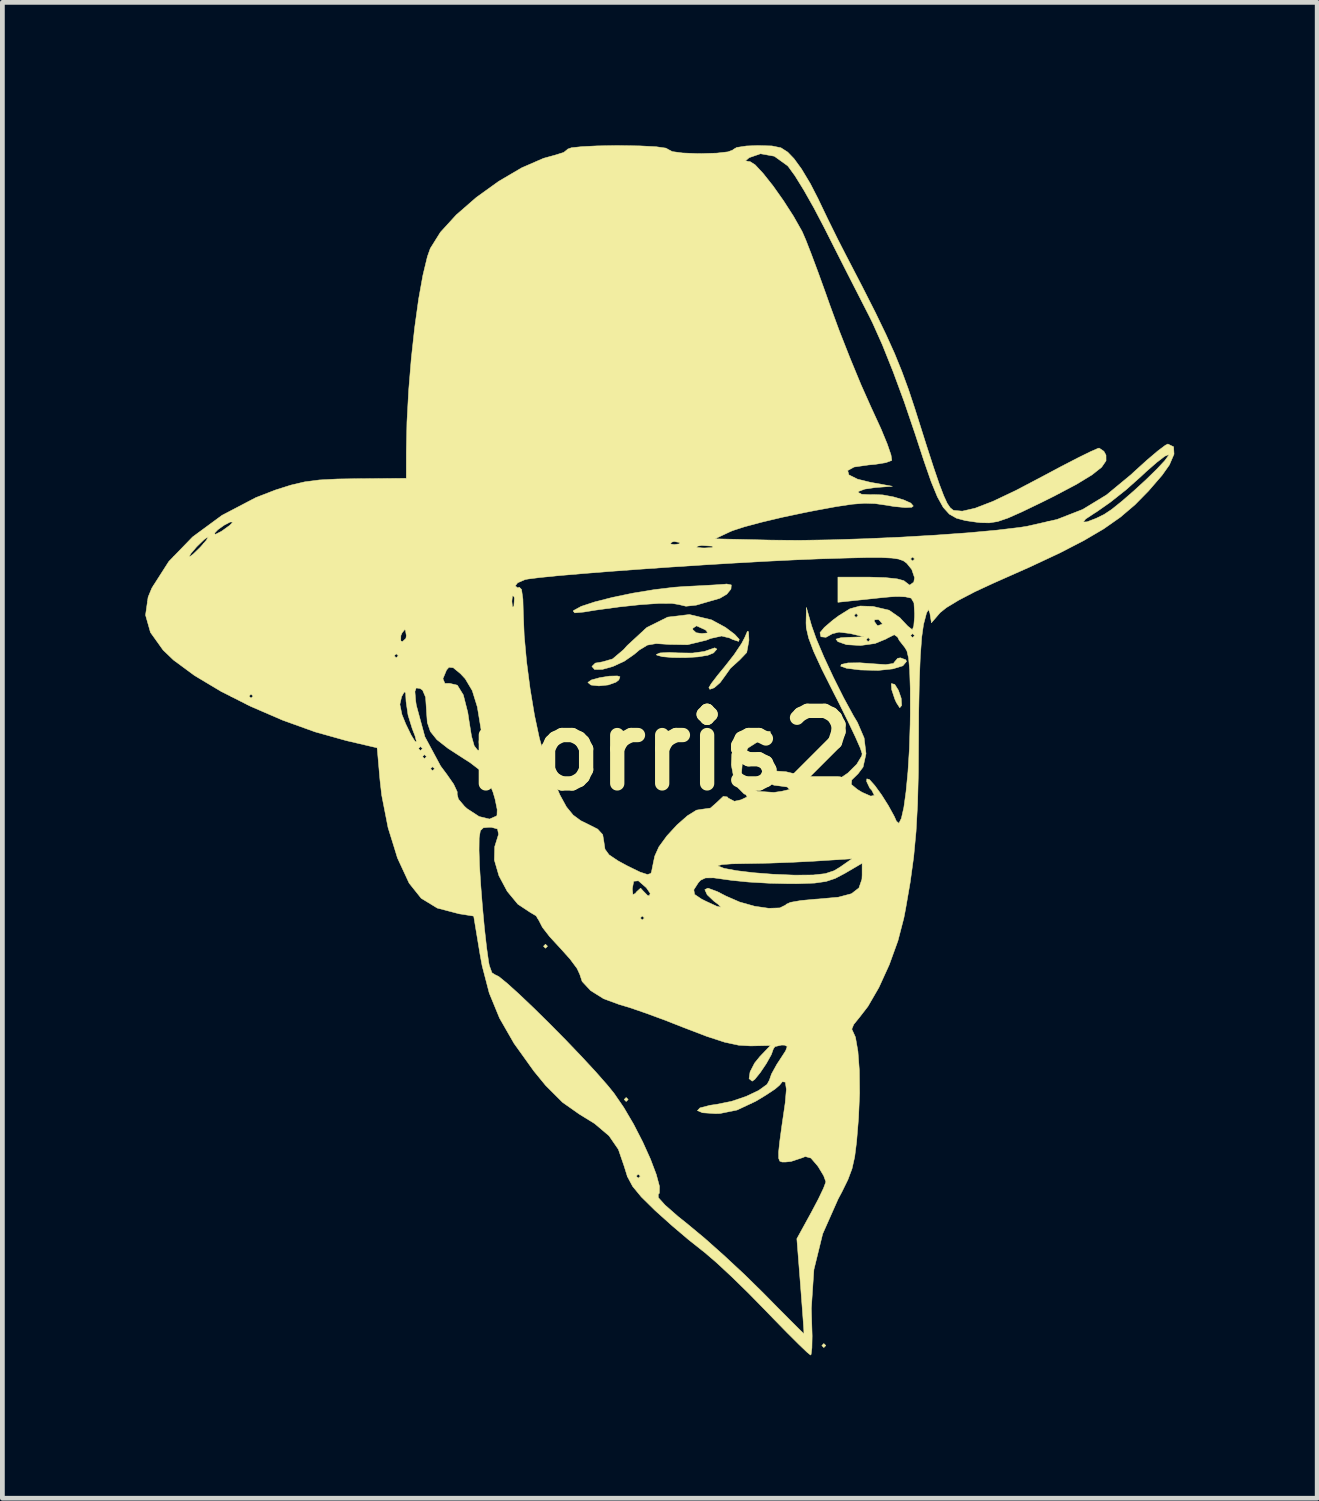
<source format=kicad_pcb>
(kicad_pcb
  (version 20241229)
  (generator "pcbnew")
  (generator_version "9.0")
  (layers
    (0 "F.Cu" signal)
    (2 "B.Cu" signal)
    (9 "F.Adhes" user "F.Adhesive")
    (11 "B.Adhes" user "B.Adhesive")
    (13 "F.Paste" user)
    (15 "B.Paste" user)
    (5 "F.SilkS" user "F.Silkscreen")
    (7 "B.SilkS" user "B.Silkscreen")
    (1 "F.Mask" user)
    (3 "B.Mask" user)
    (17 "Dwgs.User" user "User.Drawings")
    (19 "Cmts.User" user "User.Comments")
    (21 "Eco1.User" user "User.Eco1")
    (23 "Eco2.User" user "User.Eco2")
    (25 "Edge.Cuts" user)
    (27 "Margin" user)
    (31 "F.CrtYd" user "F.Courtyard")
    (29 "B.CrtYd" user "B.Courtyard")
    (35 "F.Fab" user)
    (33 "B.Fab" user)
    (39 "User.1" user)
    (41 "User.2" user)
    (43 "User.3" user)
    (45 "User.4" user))
  (footprint "norris2"
    (layer "F.Cu")
    (at 10.813 12.705)
    (property "Reference" "norris2" (at 0 0 0) (layer "F.SilkS") (effects (font (size 1.524 1.524) (thickness 0.3))))
    (attr through_hole)
    (fp_poly (pts (xy -2.371 4.106) (xy -2.413 4.149) (xy -2.455 4.106) (xy -2.413 4.064) (xy -2.371 4.106)) (stroke (width 0.01) (type solid)) (fill yes) (layer "F.SilkS"))
    (fp_poly (pts (xy -0.677 7.324) (xy -0.72 7.366) (xy -0.762 7.324) (xy -0.72 7.281) (xy -0.677 7.324)) (stroke (width 0.01) (type solid)) (fill yes) (layer "F.SilkS"))
    (fp_poly (pts (xy 3.471 12.488) (xy 3.429 12.531) (xy 3.387 12.488) (xy 3.429 12.446) (xy 3.471 12.488)) (stroke (width 0.01) (type solid)) (fill yes) (layer "F.SilkS"))
    (fp_poly (pts (xy -0.849 -1.55) (xy -0.874 -1.483) (xy -0.934 -1.436) (xy -1.095 -1.378) (xy -1.292 -1.358) (xy -1.458 -1.376) (xy -1.524 -1.43) (xy -1.451 -1.482) (xy -1.277 -1.53) (xy -1.072 -1.563) (xy -0.904 -1.567) (xy -0.849 -1.55)) (stroke (width 0.01) (type solid)) (fill yes) (layer "F.SilkS"))
    (fp_poly (pts (xy 4.918 -1.389) (xy 4.995 -1.266) (xy 5.053 -1.099) (xy 5.063 -0.949) (xy 5.063 -0.948) (xy 5.023 -0.899) (xy 4.952 -1.008) (xy 4.919 -1.082) (xy 4.854 -1.278) (xy 4.845 -1.399) (xy 4.85 -1.407) (xy 4.918 -1.389)) (stroke (width 0.01) (type solid)) (fill yes) (layer "F.SilkS"))
    (fp_poly (pts (xy 1.185 -2.13) (xy 1.114 -2.05) (xy 0.995 -2.001) (xy 0.789 -1.967) (xy 0.526 -1.951) (xy 0.26 -1.953) (xy 0.042 -1.971) (xy -0.077 -2.004) (xy -0.085 -2.018) (xy -0.009 -2.05) (xy 0.187 -2.06) (xy 0.369 -2.051) (xy 0.672 -2.047) (xy 0.921 -2.081) (xy 1.004 -2.11) (xy 1.14 -2.157) (xy 1.185 -2.13)) (stroke (width 0.01) (type solid)) (fill yes) (layer "F.SilkS"))
    (fp_poly (pts (xy 1.849 -2.495) (xy 1.857 -2.328) (xy 1.857 -2.309) (xy 1.811 -2.059) (xy 1.665 -1.906) (xy 1.469 -1.728) (xy 1.357 -1.57) (xy 1.251 -1.425) (xy 1.129 -1.319) (xy 1.037 -1.286) (xy 1.016 -1.321) (xy 1.066 -1.405) (xy 1.197 -1.577) (xy 1.35 -1.763) (xy 1.546 -2.013) (xy 1.702 -2.246) (xy 1.768 -2.371) (xy 1.826 -2.505) (xy 1.849 -2.495)) (stroke (width 0.01) (type solid)) (fill yes) (layer "F.SilkS"))
    (fp_poly (pts (xy 5.15 -1.906) (xy 5.165 -1.871) (xy 5.087 -1.779) (xy 4.877 -1.715) (xy 4.571 -1.683) (xy 4.205 -1.692) (xy 4.191 -1.693) (xy 3.907 -1.728) (xy 3.783 -1.772) (xy 3.797 -1.809) (xy 3.938 -1.84) (xy 4.186 -1.843) (xy 4.411 -1.826) (xy 4.728 -1.805) (xy 4.89 -1.829) (xy 4.911 -1.858) (xy 4.979 -1.937) (xy 5.038 -1.947) (xy 5.15 -1.906)) (stroke (width 0.01) (type solid)) (fill yes) (layer "F.SilkS"))
    (fp_poly (pts (xy 1.487 -3.477) (xy 1.48 -3.391) (xy 1.393 -3.283) (xy 1.251 -3.199) (xy 1.228 -3.191) (xy 0.961 -3.114) (xy 0.752 -3.053) (xy 0.535 -3.03) (xy 0.389 -3.065) (xy 0.241 -3.09) (xy -0.04 -3.089) (xy -0.422 -3.063) (xy -0.872 -3.015) (xy -1.357 -2.949) (xy -1.609 -2.908) (xy -1.799 -2.891) (xy -1.832 -2.929) (xy -1.82 -2.942) (xy -1.664 -3.027) (xy -1.379 -3.121) (xy -1.002 -3.217) (xy -0.572 -3.306) (xy -0.127 -3.379) (xy 0.293 -3.429) (xy 0.501 -3.444) (xy 0.858 -3.462) (xy 1.154 -3.479) (xy 1.345 -3.492) (xy 1.39 -3.497) (xy 1.487 -3.477)) (stroke (width 0.01) (type solid)) (fill yes) (layer "F.SilkS"))
    (fp_poly (pts (xy 1.07 -2.745) (xy 1.364 -2.586) (xy 1.558 -2.44) (xy 1.654 -2.335) (xy 1.641 -2.292) (xy 1.512 -2.333) (xy 1.454 -2.363) (xy 1.282 -2.405) (xy 1.054 -2.354) (xy 0.961 -2.317) (xy 0.568 -2.222) (xy 0.188 -2.228) (xy -0.09 -2.246) (xy -0.275 -2.214) (xy -0.443 -2.112) (xy -0.549 -2.022) (xy -0.759 -1.876) (xy -0.998 -1.766) (xy -1.22 -1.704) (xy -1.382 -1.702) (xy -1.439 -1.767) (xy -1.367 -1.837) (xy -1.215 -1.863) (xy -1.005 -1.924) (xy -0.772 -2.121) (xy -0.698 -2.204) (xy -0.334 -2.54) (xy 0.677 -2.54) (xy 0.749 -2.474) (xy 0.868 -2.457) (xy 0.992 -2.47) (xy 0.961 -2.52) (xy 0.931 -2.54) (xy 0.756 -2.619) (xy 0.68 -2.568) (xy 0.677 -2.54) (xy -0.334 -2.54) (xy -0.286 -2.584) (xy 0.152 -2.802) (xy 0.608 -2.856) (xy 1.07 -2.745)) (stroke (width 0.01) (type solid)) (fill yes) (layer "F.SilkS"))
    (fp_poly (pts (xy 2.339 -12.692) (xy 2.529 -12.653) (xy 2.671 -12.562) (xy 2.803 -12.425) (xy 2.961 -12.208) (xy 3.146 -11.9) (xy 3.317 -11.567) (xy 3.321 -11.557) (xy 3.509 -11.164) (xy 3.72 -10.736) (xy 3.885 -10.414) (xy 4.232 -9.746) (xy 4.511 -9.196) (xy 4.734 -8.734) (xy 4.916 -8.331) (xy 5.068 -7.956) (xy 5.206 -7.58) (xy 5.341 -7.173) (xy 5.387 -7.027) (xy 5.581 -6.413) (xy 5.734 -5.941) (xy 5.853 -5.593) (xy 5.946 -5.349) (xy 6.019 -5.19) (xy 6.082 -5.097) (xy 6.14 -5.05) (xy 6.157 -5.042) (xy 6.336 -5.026) (xy 6.606 -5.088) (xy 6.977 -5.231) (xy 7.464 -5.462) (xy 8.032 -5.761) (xy 8.424 -5.97) (xy 8.765 -6.146) (xy 9.027 -6.275) (xy 9.182 -6.343) (xy 9.208 -6.35) (xy 9.308 -6.282) (xy 9.352 -6.202) (xy 9.353 -6.083) (xy 9.26 -5.948) (xy 9.057 -5.787) (xy 8.732 -5.589) (xy 8.27 -5.345) (xy 7.989 -5.205) (xy 7.584 -5.01) (xy 7.293 -4.881) (xy 7.078 -4.808) (xy 6.902 -4.78) (xy 6.728 -4.784) (xy 6.634 -4.794) (xy 6.399 -4.828) (xy 6.214 -4.878) (xy 6.064 -4.963) (xy 5.935 -5.106) (xy 5.813 -5.326) (xy 5.682 -5.645) (xy 5.53 -6.083) (xy 5.341 -6.661) (xy 5.337 -6.672) (xy 5.116 -7.323) (xy 4.884 -7.953) (xy 4.657 -8.52) (xy 4.451 -8.981) (xy 4.388 -9.108) (xy 4.173 -9.529) (xy 3.915 -10.034) (xy 3.65 -10.557) (xy 3.434 -10.985) (xy 3.221 -11.391) (xy 3.01 -11.764) (xy 2.824 -12.065) (xy 2.684 -12.258) (xy 2.668 -12.276) (xy 2.39 -12.476) (xy 2.1 -12.528) (xy 1.863 -12.446) (xy 1.784 -12.38) (xy 1.862 -12.363) (xy 1.881 -12.363) (xy 1.988 -12.295) (xy 2.157 -12.113) (xy 2.364 -11.852) (xy 2.583 -11.542) (xy 2.792 -11.217) (xy 2.966 -10.91) (xy 2.981 -10.88) (xy 3.053 -10.713) (xy 3.167 -10.42) (xy 3.31 -10.037) (xy 3.469 -9.597) (xy 3.554 -9.356) (xy 3.752 -8.816) (xy 3.98 -8.236) (xy 4.211 -7.677) (xy 4.422 -7.204) (xy 4.46 -7.122) (xy 4.63 -6.752) (xy 4.76 -6.437) (xy 4.839 -6.207) (xy 4.856 -6.094) (xy 4.853 -6.09) (xy 4.734 -6.045) (xy 4.508 -6.008) (xy 4.36 -5.995) (xy 4.064 -5.952) (xy 3.93 -5.878) (xy 3.955 -5.788) (xy 4.138 -5.697) (xy 4.403 -5.632) (xy 4.868 -5.548) (xy 4.508 -5.521) (xy 4.289 -5.489) (xy 4.161 -5.441) (xy 4.149 -5.421) (xy 4.223 -5.38) (xy 4.407 -5.371) (xy 4.466 -5.374) (xy 4.666 -5.367) (xy 4.892 -5.325) (xy 5.103 -5.263) (xy 5.255 -5.195) (xy 5.307 -5.134) (xy 5.276 -5.108) (xy 5.141 -5.101) (xy 4.903 -5.124) (xy 4.713 -5.155) (xy 4.503 -5.185) (xy 4.287 -5.192) (xy 4.029 -5.172) (xy 3.693 -5.122) (xy 3.243 -5.039) (xy 3.025 -4.996) (xy 2.56 -4.898) (xy 2.127 -4.795) (xy 1.767 -4.699) (xy 1.52 -4.619) (xy 1.471 -4.599) (xy 1.143 -4.445) (xy 2.328 -4.418) (xy 2.906 -4.413) (xy 3.575 -4.424) (xy 4.301 -4.447) (xy 5.047 -4.48) (xy 5.78 -4.523) (xy 6.463 -4.572) (xy 7.061 -4.627) (xy 7.54 -4.684) (xy 7.693 -4.708) (xy 8.088 -4.798) (xy 8.876 -4.798) (xy 8.955 -4.802) (xy 9.143 -4.874) (xy 9.313 -4.957) (xy 9.47 -5.061) (xy 9.689 -5.237) (xy 9.94 -5.455) (xy 10.193 -5.687) (xy 10.418 -5.907) (xy 10.585 -6.085) (xy 10.664 -6.193) (xy 10.664 -6.211) (xy 10.586 -6.179) (xy 10.419 -6.051) (xy 10.191 -5.852) (xy 10.082 -5.75) (xy 9.772 -5.474) (xy 9.44 -5.211) (xy 9.153 -5.01) (xy 9.112 -4.985) (xy 8.923 -4.86) (xy 8.876 -4.798) (xy 8.088 -4.798) (xy 8.325 -4.852) (xy 8.863 -5.062) (xy 9.362 -5.366) (xy 9.876 -5.791) (xy 9.935 -5.846) (xy 10.207 -6.093) (xy 10.438 -6.289) (xy 10.598 -6.409) (xy 10.65 -6.435) (xy 10.771 -6.377) (xy 10.78 -6.223) (xy 10.683 -5.997) (xy 10.529 -5.779) (xy 10.243 -5.448) (xy 9.959 -5.159) (xy 9.653 -4.899) (xy 9.302 -4.653) (xy 8.883 -4.407) (xy 8.375 -4.145) (xy 7.753 -3.854) (xy 6.996 -3.518) (xy 6.985 -3.513) (xy 6.601 -3.335) (xy 6.26 -3.157) (xy 6.002 -3.001) (xy 5.871 -2.896) (xy 5.688 -2.683) (xy 5.655 -2.887) (xy 5.627 -2.961) (xy 5.585 -2.888) (xy 5.524 -2.656) (xy 5.521 -2.642) (xy 5.484 -2.382) (xy 5.454 -1.973) (xy 5.433 -1.437) (xy 5.421 -0.795) (xy 5.419 -0.341) (xy 5.414 0.454) (xy 5.397 1.121) (xy 5.365 1.7) (xy 5.315 2.233) (xy 5.243 2.759) (xy 5.146 3.321) (xy 5.109 3.514) (xy 4.985 3.992) (xy 4.803 4.495) (xy 4.586 4.971) (xy 4.355 5.37) (xy 4.182 5.594) (xy 4.057 5.748) (xy 4.016 5.847) (xy 4.02 5.854) (xy 4.093 6.015) (xy 4.145 6.313) (xy 4.175 6.715) (xy 4.18 7.19) (xy 4.158 7.705) (xy 4.153 7.77) (xy 4.117 8.209) (xy 4.077 8.528) (xy 4.021 8.777) (xy 3.935 9.006) (xy 3.808 9.265) (xy 3.729 9.413) (xy 3.405 10.144) (xy 3.221 10.894) (xy 3.167 11.707) (xy 3.174 11.96) (xy 3.184 12.288) (xy 3.179 12.539) (xy 3.162 12.675) (xy 3.15 12.688) (xy 3.074 12.626) (xy 2.903 12.462) (xy 2.659 12.219) (xy 2.364 11.917) (xy 2.201 11.748) (xy 1.849 11.389) (xy 1.496 11.044) (xy 1.177 10.748) (xy 0.927 10.533) (xy 0.869 10.488) (xy 0.587 10.264) (xy 0.251 9.979) (xy -0.074 9.688) (xy -0.118 9.648) (xy -0.402 9.368) (xy -0.584 9.147) (xy -0.695 8.939) (xy -0.697 8.932) (xy -0.508 8.932) (xy -0.466 8.975) (xy -0.423 8.932) (xy -0.466 8.89) (xy -0.508 8.932) (xy -0.697 8.932) (xy -0.762 8.723) (xy -0.883 8.371) (xy -1.079 8.086) (xy -1.381 7.83) (xy -1.705 7.63) (xy -2.056 7.383) (xy -2.409 7.03) (xy -2.657 6.727) (xy -3.074 6.145) (xy -3.378 5.615) (xy -3.594 5.089) (xy -3.743 4.517) (xy -3.787 4.278) (xy -3.92 3.474) (xy -4.225 3.426) (xy -4.684 3.306) (xy -5.022 3.1) (xy -5.272 2.787) (xy -5.278 2.777) (xy -5.521 2.253) (xy -5.569 2.095) (xy -3.808 2.095) (xy -3.798 2.413) (xy -3.772 2.825) (xy -3.736 3.282) (xy -3.694 3.734) (xy -3.649 4.134) (xy -3.607 4.433) (xy -3.593 4.509) (xy -3.537 4.663) (xy -3.477 4.702) (xy -3.393 4.743) (xy -3.216 4.887) (xy -2.966 5.113) (xy -2.664 5.4) (xy -2.331 5.728) (xy -1.988 6.075) (xy -1.657 6.421) (xy -1.358 6.744) (xy -1.112 7.024) (xy -0.977 7.19) (xy -0.77 7.491) (xy -0.563 7.843) (xy -0.372 8.215) (xy -0.209 8.576) (xy -0.088 8.896) (xy -0.021 9.144) (xy -0.023 9.291) (xy -0.047 9.314) (xy -0.044 9.384) (xy 0.097 9.54) (xy 0.372 9.781) (xy 0.572 9.941) (xy 0.927 10.236) (xy 1.345 10.608) (xy 1.774 11.008) (xy 2.159 11.386) (xy 2.461 11.693) (xy 2.717 11.95) (xy 2.904 12.137) (xy 3.003 12.233) (xy 3.012 12.241) (xy 3.009 12.159) (xy 2.994 11.942) (xy 2.97 11.623) (xy 2.941 11.24) (xy 2.863 10.246) (xy 3.167 9.692) (xy 3.315 9.412) (xy 3.423 9.185) (xy 3.471 9.056) (xy 3.471 9.048) (xy 3.426 8.924) (xy 3.314 8.738) (xy 3.296 8.713) (xy 3.158 8.553) (xy 3.041 8.521) (xy 2.963 8.551) (xy 2.742 8.624) (xy 2.625 8.636) (xy 2.553 8.636) (xy 2.505 8.618) (xy 2.481 8.557) (xy 2.48 8.429) (xy 2.503 8.209) (xy 2.549 7.87) (xy 2.619 7.39) (xy 2.619 7.387) (xy 2.643 7.11) (xy 2.621 6.959) (xy 2.559 6.95) (xy 2.501 7.022) (xy 2.406 7.104) (xy 2.208 7.235) (xy 1.999 7.361) (xy 1.607 7.545) (xy 1.251 7.617) (xy 1.154 7.62) (xy 0.884 7.602) (xy 0.776 7.557) (xy 0.829 7.5) (xy 1.041 7.445) (xy 1.18 7.425) (xy 1.488 7.363) (xy 1.797 7.259) (xy 2.061 7.134) (xy 2.237 7.007) (xy 2.286 6.918) (xy 2.331 6.788) (xy 2.443 6.585) (xy 2.501 6.497) (xy 2.627 6.303) (xy 2.661 6.211) (xy 2.608 6.183) (xy 2.543 6.181) (xy 2.404 6.213) (xy 2.371 6.259) (xy 2.327 6.382) (xy 2.223 6.568) (xy 2.094 6.76) (xy 1.98 6.901) (xy 1.926 6.939) (xy 1.86 6.886) (xy 1.881 6.744) (xy 1.976 6.559) (xy 2.086 6.423) (xy 2.309 6.19) (xy 1.891 6.199) (xy 1.64 6.184) (xy 1.344 6.12) (xy 0.968 5.997) (xy 0.503 5.819) (xy 0.085 5.655) (xy -0.318 5.507) (xy -0.656 5.391) (xy -0.866 5.329) (xy -1.192 5.209) (xy -1.465 5.038) (xy -1.644 4.846) (xy -1.693 4.698) (xy -1.75 4.574) (xy -1.898 4.375) (xy -2.106 4.143) (xy -2.117 4.132) (xy -2.327 3.904) (xy -2.478 3.709) (xy -2.54 3.588) (xy -2.54 3.585) (xy -2.583 3.514) (xy -0.423 3.514) (xy -0.381 3.556) (xy -0.339 3.514) (xy -0.381 3.471) (xy -0.423 3.514) (xy -2.583 3.514) (xy -2.61 3.469) (xy -2.743 3.39) (xy -2.993 3.224) (xy -3.217 2.953) (xy -3.245 2.9) (xy -0.591 2.9) (xy -0.578 3.025) (xy -0.526 2.997) (xy -0.5 2.963) (xy -0.416 2.887) (xy -0.367 2.942) (xy -0.271 3.04) (xy -0.234 3.048) (xy -0.215 2.997) (xy -0.267 2.921) (xy 0.7 2.921) (xy 0.717 3.019) (xy 0.863 3.117) (xy 0.953 3.162) (xy 1.178 3.266) (xy 1.267 3.288) (xy 1.216 3.23) (xy 1.122 3.16) (xy 0.98 3.025) (xy 0.931 2.918) (xy 0.997 2.887) (xy 1.194 2.96) (xy 1.376 3.054) (xy 1.663 3.179) (xy 1.976 3.267) (xy 2.272 3.31) (xy 2.505 3.302) (xy 2.632 3.239) (xy 2.639 3.225) (xy 2.731 3.185) (xy 2.949 3.147) (xy 3.249 3.119) (xy 3.315 3.115) (xy 3.734 3.077) (xy 4.009 3.004) (xy 4.166 2.883) (xy 4.229 2.7) (xy 4.233 2.611) (xy 4.233 2.364) (xy 3.866 2.579) (xy 3.668 2.683) (xy 3.475 2.747) (xy 3.237 2.781) (xy 2.903 2.793) (xy 2.702 2.794) (xy 2.277 2.784) (xy 1.848 2.759) (xy 1.489 2.723) (xy 1.405 2.711) (xy 1.116 2.671) (xy 0.944 2.673) (xy 0.841 2.722) (xy 0.794 2.775) (xy 0.7 2.921) (xy -0.267 2.921) (xy -0.296 2.879) (xy -0.463 2.733) (xy -0.561 2.742) (xy -0.591 2.9) (xy -3.245 2.9) (xy -3.39 2.628) (xy -3.486 2.298) (xy -3.479 2.016) (xy -3.468 1.981) (xy -3.398 1.756) (xy -3.42 1.645) (xy -3.547 1.61) (xy -3.598 1.609) (xy -3.717 1.62) (xy -3.78 1.681) (xy -3.805 1.832) (xy -3.808 2.095) (xy -5.569 2.095) (xy -5.717 1.62) (xy -5.851 0.936) (xy -5.887 0.62) (xy -5.908 0.381) (xy -4.826 0.381) (xy -4.784 0.423) (xy -4.741 0.381) (xy -4.784 0.339) (xy -4.826 0.381) (xy -5.908 0.381) (xy -5.93 0.127) (xy -4.995 0.127) (xy -4.953 0.169) (xy -4.911 0.127) (xy -4.953 0.085) (xy -4.995 0.127) (xy -5.93 0.127) (xy -5.945 -0.042) (xy -5.08 -0.042) (xy -5.038 0) (xy -4.995 -0.042) (xy -5.038 -0.085) (xy -5.08 -0.042) (xy -5.945 -0.042) (xy -5.946 -0.058) (xy -6.593 -0.209) (xy -7.25 -0.393) (xy -7.93 -0.638) (xy -8.601 -0.928) (xy -8.683 -0.969) (xy -5.47 -0.969) (xy -5.426 -0.756) (xy -5.347 -0.56) (xy -5.231 -0.321) (xy -5.151 -0.193) (xy -5.12 -0.186) (xy -5.152 -0.31) (xy -5.211 -0.463) (xy -5.298 -0.745) (xy -5.339 -1.025) (xy -5.34 -1.034) (xy -5.349 -1.21) (xy -5.376 -1.234) (xy -5.433 -1.132) (xy -5.47 -0.969) (xy -8.683 -0.969) (xy -9.026 -1.143) (xy -8.636 -1.143) (xy -8.594 -1.101) (xy -8.551 -1.143) (xy -8.594 -1.185) (xy -8.636 -1.143) (xy -9.026 -1.143) (xy -9.218 -1.24) (xy -5.154 -1.24) (xy -5.138 -1.046) (xy -5.125 -0.954) (xy -4.945 -0.291) (xy -4.614 0.325) (xy -4.484 0.499) (xy -4.34 0.706) (xy -4.266 0.865) (xy -4.267 0.917) (xy -4.241 1.018) (xy -4.114 1.169) (xy -4.058 1.22) (xy -3.806 1.384) (xy -3.588 1.437) (xy -3.442 1.373) (xy -3.431 1.358) (xy -3.427 1.237) (xy -3.472 1.017) (xy -3.515 0.871) (xy -3.62 0.616) (xy -3.765 0.429) (xy -3.999 0.25) (xy -4.097 0.188) (xy -4.457 -0.045) (xy -4.693 -0.23) (xy -4.83 -0.401) (xy -4.894 -0.59) (xy -4.911 -0.828) (xy -4.911 -0.841) (xy -4.93 -1.121) (xy -4.993 -1.269) (xy -5.047 -1.304) (xy -5.127 -1.315) (xy -5.154 -1.24) (xy -9.218 -1.24) (xy -9.229 -1.246) (xy -9.668 -1.508) (xy -4.566 -1.508) (xy -4.525 -1.411) (xy -4.42 -1.41) (xy -4.263 -1.372) (xy -4.138 -1.169) (xy -4.044 -0.8) (xy -4.021 -0.645) (xy -3.966 -0.302) (xy -3.909 -0.1) (xy -3.84 -0.011) (xy -3.793 0) (xy -3.751 -0.078) (xy -3.75 -0.295) (xy -3.766 -0.445) (xy -3.844 -0.917) (xy -3.95 -1.259) (xy -4.098 -1.508) (xy -4.198 -1.615) (xy -4.35 -1.74) (xy -4.44 -1.749) (xy -4.49 -1.691) (xy -4.566 -1.508) (xy -9.668 -1.508) (xy -9.781 -1.576) (xy -10.222 -1.901) (xy -10.314 -1.99) (xy -5.588 -1.99) (xy -5.546 -1.947) (xy -5.503 -1.99) (xy -5.546 -2.032) (xy -5.588 -1.99) (xy -10.314 -1.99) (xy -10.44 -2.11) (xy -10.578 -2.304) (xy -5.451 -2.304) (xy -5.416 -2.286) (xy -5.343 -2.355) (xy -5.334 -2.413) (xy -5.352 -2.526) (xy -5.367 -2.54) (xy -5.422 -2.474) (xy -5.449 -2.413) (xy -5.451 -2.304) (xy -10.578 -2.304) (xy -10.705 -2.481) (xy -10.808 -2.844) (xy -10.767 -3.133) (xy -3.119 -3.133) (xy -3.106 -3.012) (xy -3.077 -3.027) (xy -3.065 -3.2) (xy -3.077 -3.239) (xy -3.107 -3.249) (xy -3.119 -3.133) (xy -10.767 -3.133) (xy -10.754 -3.222) (xy -10.676 -3.411) (xy -10.647 -3.457) (xy -3.048 -3.457) (xy -2.996 -3.415) (xy -2.963 -3.429) (xy -2.916 -3.382) (xy -2.887 -3.18) (xy -2.879 -2.887) (xy -2.86 -2.415) (xy -2.81 -1.866) (xy -2.735 -1.291) (xy -2.643 -0.738) (xy -2.541 -0.259) (xy -2.446 0.073) (xy -2.263 0.569) (xy -2.111 0.93) (xy -1.973 1.182) (xy -1.833 1.353) (xy -1.673 1.471) (xy -1.546 1.533) (xy -1.318 1.648) (xy -1.212 1.764) (xy -1.185 1.926) (xy -1.185 1.927) (xy -1.164 2.07) (xy -1.079 2.187) (xy -0.894 2.312) (xy -0.699 2.418) (xy -0.429 2.55) (xy -0.273 2.601) (xy -0.202 2.579) (xy -0.187 2.541) (xy -0.162 2.416) (xy 1.206 2.416) (xy 1.208 2.422) (xy 1.336 2.472) (xy 1.595 2.52) (xy 1.949 2.563) (xy 2.358 2.595) (xy 2.786 2.613) (xy 2.836 2.614) (xy 3.207 2.611) (xy 3.459 2.583) (xy 3.643 2.522) (xy 3.768 2.447) (xy 4.022 2.27) (xy 3.225 2.321) (xy 2.775 2.344) (xy 2.295 2.362) (xy 1.874 2.37) (xy 1.793 2.371) (xy 1.498 2.377) (xy 1.29 2.393) (xy 1.206 2.416) (xy -0.162 2.416) (xy -0.15 2.356) (xy -0.12 2.215) (xy -0.033 2.021) (xy 0.135 1.791) (xy 0.347 1.561) (xy 0.566 1.368) (xy 0.756 1.25) (xy 0.862 1.233) (xy 1.049 1.207) (xy 1.186 1.086) (xy 1.318 0.961) (xy 1.403 0.972) (xy 1.423 0.997) (xy 1.551 1.064) (xy 1.692 1.033) (xy 1.819 0.972) (xy 1.793 0.925) (xy 1.754 0.908) (xy 1.632 0.785) (xy 1.537 0.559) (xy 1.487 0.299) (xy 1.498 0.07) (xy 1.522 0.004) (xy 1.658 -0.144) (xy 1.874 -0.283) (xy 2.105 -0.381) (xy 2.285 -0.404) (xy 2.304 -0.399) (xy 2.305 -0.345) (xy 2.178 -0.259) (xy 2.097 -0.221) (xy 1.841 -0.057) (xy 1.73 0.119) (xy 1.702 0.465) (xy 1.807 0.713) (xy 2.036 0.854) (xy 2.381 0.878) (xy 2.547 0.854) (xy 2.737 0.809) (xy 2.77 0.779) (xy 2.709 0.77) (xy 2.384 0.727) (xy 2.178 0.642) (xy 2.117 0.54) (xy 2.19 0.457) (xy 2.378 0.425) (xy 2.637 0.444) (xy 2.919 0.513) (xy 3.019 0.55) (xy 3.276 0.635) (xy 3.507 0.677) (xy 3.531 0.677) (xy 3.718 0.618) (xy 3.933 0.472) (xy 4.12 0.287) (xy 4.226 0.111) (xy 4.233 0.064) (xy 4.196 -0.05) (xy 4.093 -0.284) (xy 3.939 -0.609) (xy 3.747 -0.997) (xy 3.641 -1.204) (xy 3.39 -1.703) (xy 3.216 -2.081) (xy 3.11 -2.363) (xy 3.061 -2.575) (xy 3.056 -2.679) (xy 3.063 -3.006) (xy 3.171 -2.625) (xy 3.271 -2.343) (xy 3.432 -1.963) (xy 3.631 -1.536) (xy 3.845 -1.109) (xy 4.051 -0.731) (xy 4.134 -0.593) (xy 4.275 -0.265) (xy 4.315 0.065) (xy 4.253 0.346) (xy 4.149 0.485) (xy 4.015 0.616) (xy 4.006 0.71) (xy 4.133 0.815) (xy 4.233 0.876) (xy 4.414 0.956) (xy 4.489 0.939) (xy 4.437 0.834) (xy 4.393 0.786) (xy 4.327 0.647) (xy 4.332 0.593) (xy 4.387 0.608) (xy 4.498 0.732) (xy 4.64 0.927) (xy 4.785 1.157) (xy 4.908 1.381) (xy 4.953 1.482) (xy 5.005 1.526) (xy 5.057 1.422) (xy 5.109 1.193) (xy 5.155 0.859) (xy 5.195 0.443) (xy 5.225 -0.034) (xy 5.241 -0.549) (xy 5.244 -0.789) (xy 5.243 -1.31) (xy 5.231 -1.685) (xy 5.209 -1.938) (xy 5.173 -2.092) (xy 5.13 -2.164) (xy 5.012 -2.314) (xy 4.976 -2.385) (xy 4.935 -2.413) (xy 5.249 -2.413) (xy 5.292 -2.371) (xy 5.334 -2.413) (xy 5.292 -2.455) (xy 5.249 -2.413) (xy 4.935 -2.413) (xy 4.908 -2.432) (xy 4.755 -2.356) (xy 4.738 -2.344) (xy 4.504 -2.248) (xy 4.202 -2.206) (xy 3.908 -2.223) (xy 3.725 -2.286) (xy 3.694 -2.328) (xy 4.318 -2.328) (xy 4.36 -2.286) (xy 4.403 -2.328) (xy 4.36 -2.371) (xy 4.318 -2.328) (xy 3.694 -2.328) (xy 3.685 -2.34) (xy 3.787 -2.369) (xy 3.937 -2.378) (xy 4.276 -2.388) (xy 3.979 -2.458) (xy 3.747 -2.487) (xy 3.605 -2.452) (xy 3.603 -2.45) (xy 3.474 -2.378) (xy 3.368 -2.389) (xy 3.349 -2.475) (xy 3.35 -2.477) (xy 3.44 -2.585) (xy 3.59 -2.714) (xy 4.487 -2.714) (xy 4.549 -2.628) (xy 4.572 -2.625) (xy 4.654 -2.654) (xy 4.657 -2.662) (xy 4.597 -2.734) (xy 4.572 -2.752) (xy 4.494 -2.745) (xy 4.487 -2.714) (xy 3.59 -2.714) (xy 3.621 -2.74) (xy 3.735 -2.825) (xy 3.752 -2.836) (xy 4.064 -2.836) (xy 4.106 -2.794) (xy 4.149 -2.836) (xy 4.106 -2.879) (xy 4.064 -2.836) (xy 3.752 -2.836) (xy 3.978 -2.977) (xy 4.19 -3.035) (xy 4.458 -3.026) (xy 4.47 -3.024) (xy 4.799 -2.947) (xy 5.027 -2.788) (xy 5.052 -2.76) (xy 5.192 -2.612) (xy 5.282 -2.541) (xy 5.288 -2.54) (xy 5.317 -2.615) (xy 5.333 -2.803) (xy 5.334 -2.879) (xy 5.321 -3.1) (xy 5.263 -3.2) (xy 5.144 -3.227) (xy 5.03 -3.233) (xy 4.94 -3.234) (xy 4.827 -3.227) (xy 4.643 -3.21) (xy 4.344 -3.178) (xy 4.297 -3.173) (xy 3.725 -3.113) (xy 3.725 -3.641) (xy 4.398 -3.641) (xy 4.72 -3.631) (xy 4.972 -3.604) (xy 5.111 -3.566) (xy 5.122 -3.556) (xy 5.231 -3.473) (xy 5.317 -3.536) (xy 5.334 -3.628) (xy 5.275 -3.802) (xy 5.17 -3.932) (xy 5.101 -3.983) (xy 5.005 -4.019) (xy 4.987 -4.022) (xy 5.249 -4.022) (xy 5.292 -3.979) (xy 5.334 -4.022) (xy 5.292 -4.064) (xy 5.249 -4.022) (xy 4.987 -4.022) (xy 4.86 -4.041) (xy 4.641 -4.052) (xy 4.324 -4.052) (xy 3.884 -4.041) (xy 3.329 -4.024) (xy 2.82 -4.003) (xy 2.231 -3.974) (xy 1.584 -3.938) (xy 0.904 -3.897) (xy 0.215 -3.852) (xy -0.46 -3.805) (xy -1.097 -3.758) (xy -1.671 -3.712) (xy -2.159 -3.67) (xy -2.537 -3.632) (xy -2.781 -3.601) (xy -2.842 -3.589) (xy -2.998 -3.522) (xy -3.048 -3.457) (xy -10.647 -3.457) (xy -10.32 -3.969) (xy -10.226 -4.066) (xy -9.897 -4.066) (xy -9.893 -4.064) (xy -9.813 -4.119) (xy -9.672 -4.255) (xy -9.66 -4.267) (xy 0.757 -4.267) (xy 0.874 -4.254) (xy 0.931 -4.253) (xy 1.085 -4.262) (xy 1.104 -4.284) (xy 1.079 -4.292) (xy 0.865 -4.305) (xy 0.783 -4.292) (xy 0.757 -4.267) (xy -9.66 -4.267) (xy -9.652 -4.276) (xy -9.598 -4.338) (xy 0.206 -4.338) (xy 0.289 -4.325) (xy 0.399 -4.34) (xy 0.4 -4.369) (xy 0.287 -4.389) (xy 0.238 -4.376) (xy 0.206 -4.338) (xy -9.598 -4.338) (xy -9.531 -4.416) (xy -9.492 -4.486) (xy -9.495 -4.487) (xy -9.576 -4.432) (xy -9.717 -4.296) (xy -9.737 -4.276) (xy -9.857 -4.136) (xy -9.897 -4.066) (xy -10.226 -4.066) (xy -9.821 -4.484) (xy -9.714 -4.563) (xy -9.361 -4.563) (xy -9.342 -4.538) (xy -9.22 -4.6) (xy -9.197 -4.615) (xy -9.042 -4.727) (xy -8.975 -4.795) (xy -8.975 -4.796) (xy -9.031 -4.798) (xy -9.157 -4.732) (xy -9.29 -4.637) (xy -9.361 -4.563) (xy -9.714 -4.563) (xy -9.204 -4.938) (xy -8.494 -5.31) (xy -8.081 -5.47) (xy -7.756 -5.573) (xy -7.466 -5.641) (xy -7.158 -5.681) (xy -6.779 -5.701) (xy -6.372 -5.707) (xy -5.335 -5.715) (xy -5.334 -6.274) (xy -5.321 -6.897) (xy -5.285 -7.559) (xy -5.23 -8.23) (xy -5.159 -8.879) (xy -5.077 -9.472) (xy -4.986 -9.979) (xy -4.892 -10.369) (xy -4.831 -10.541) (xy -4.619 -10.88) (xy -4.285 -11.246) (xy -3.864 -11.612) (xy -3.394 -11.95) (xy -2.912 -12.233) (xy -2.455 -12.432) (xy -2.212 -12.499) (xy -2.03 -12.556) (xy -1.948 -12.622) (xy -1.947 -12.626) (xy -1.868 -12.654) (xy -1.651 -12.677) (xy -1.33 -12.693) (xy -0.935 -12.7) (xy -0.889 -12.7) (xy -0.431 -12.693) (xy -0.09 -12.675) (xy 0.115 -12.646) (xy 0.169 -12.615) (xy 0.249 -12.573) (xy 0.465 -12.544) (xy 0.786 -12.531) (xy 0.847 -12.531) (xy 1.182 -12.541) (xy 1.418 -12.568) (xy 1.522 -12.608) (xy 1.524 -12.615) (xy 1.601 -12.66) (xy 1.804 -12.691) (xy 2.042 -12.7) (xy 2.339 -12.692)) (stroke (width 0.01) (type solid)) (fill yes) (layer "F.SilkS")))
  (gr_rect
    (start -3 -3)
    (end 24.598 28.398)
    (stroke (width 0.1) (type default))
    (fill no)
    (layer "Edge.Cuts")))
</source>
